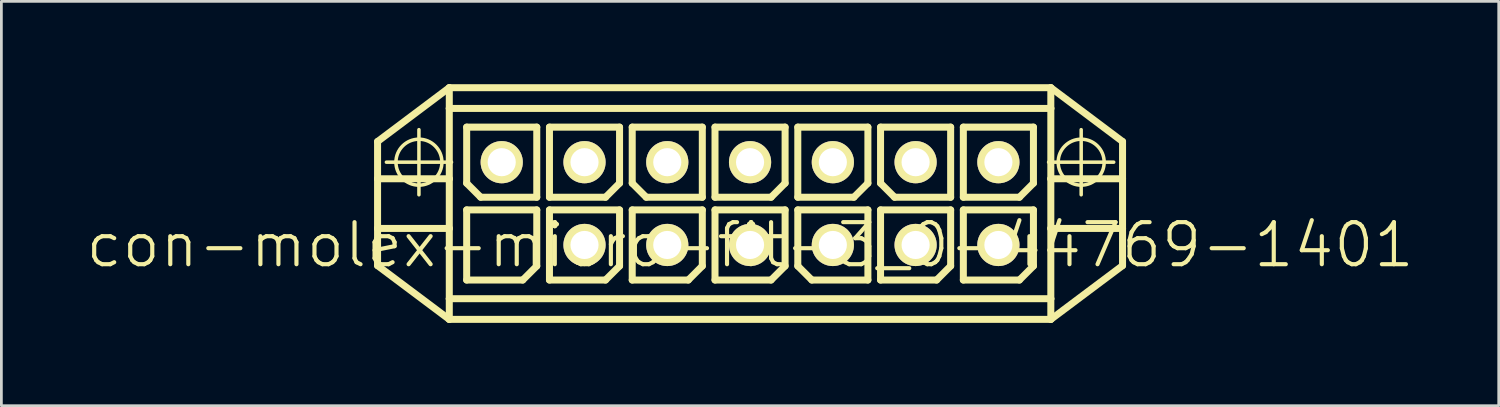
<source format=kicad_pcb>
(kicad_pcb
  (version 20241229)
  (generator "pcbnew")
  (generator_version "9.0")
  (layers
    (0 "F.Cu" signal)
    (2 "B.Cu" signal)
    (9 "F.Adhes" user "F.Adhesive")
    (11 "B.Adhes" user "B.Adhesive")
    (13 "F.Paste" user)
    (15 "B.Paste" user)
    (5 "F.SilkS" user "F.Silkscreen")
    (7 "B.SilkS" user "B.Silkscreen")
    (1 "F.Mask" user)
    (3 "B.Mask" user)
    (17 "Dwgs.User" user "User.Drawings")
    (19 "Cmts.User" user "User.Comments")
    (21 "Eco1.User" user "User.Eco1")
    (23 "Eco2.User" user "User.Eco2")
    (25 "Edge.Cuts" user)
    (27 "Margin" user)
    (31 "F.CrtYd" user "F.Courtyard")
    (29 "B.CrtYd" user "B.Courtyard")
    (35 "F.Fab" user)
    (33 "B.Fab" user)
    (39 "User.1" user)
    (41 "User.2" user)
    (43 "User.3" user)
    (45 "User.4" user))
  (footprint "con-molex-micro-fit-3_0-44769-1401"
    (layer "F.Cu")
    (at 24.13 5.827)
    (property "Reference" "con-molex-micro-fit-3_0-44769-1401" (at 0 0 0) (layer "F.SilkS") (effects (font (size 1.524 1.524) (thickness 0.15))))
    (attr exclude_from_pos_files exclude_from_bom)
    (fp_line (start -13.498 -3.749) (end -10.899 -5.7) (stroke (width 0.254) (type solid)) (layer "F.SilkS"))
    (fp_line (start -13.498 -2.398) (end -13.498 -3.749) (stroke (width 0.254) (type solid)) (layer "F.SilkS"))
    (fp_line (start -13.498 -2.398) (end -10.899 -2.398) (stroke (width 0.254) (type solid)) (layer "F.SilkS"))
    (fp_line (start -13.498 -0.599) (end -13.498 -2.398) (stroke (width 0.254) (type solid)) (layer "F.SilkS"))
    (fp_line (start -13.498 -0.599) (end -10.899 -0.599) (stroke (width 0.254) (type solid)) (layer "F.SilkS"))
    (fp_line (start -13.498 0.749) (end -13.498 -0.599) (stroke (width 0.254) (type solid)) (layer "F.SilkS"))
    (fp_line (start -13.178 -3) (end -10.818 -3) (stroke (width 0.127) (type solid)) (layer "F.SilkS"))
    (fp_line (start -11.999 -1.819) (end -11.999 -4.178) (stroke (width 0.127) (type solid)) (layer "F.SilkS"))
    (fp_line (start -10.899 -5.7) (end -10.899 -4.948) (stroke (width 0.254) (type solid)) (layer "F.SilkS"))
    (fp_line (start -10.899 -5.7) (end 10.899 -5.7) (stroke (width 0.254) (type solid)) (layer "F.SilkS"))
    (fp_line (start -10.899 -4.948) (end 10.899 -4.948) (stroke (width 0.254) (type solid)) (layer "F.SilkS"))
    (fp_line (start -10.899 -2.398) (end -10.899 -4.948) (stroke (width 0.254) (type solid)) (layer "F.SilkS"))
    (fp_line (start -10.899 -0.599) (end -10.899 -2.398) (stroke (width 0.254) (type solid)) (layer "F.SilkS"))
    (fp_line (start -10.899 -0.599) (end -10.899 1.948) (stroke (width 0.254) (type solid)) (layer "F.SilkS"))
    (fp_line (start -10.899 1.948) (end -10.899 2.697) (stroke (width 0.254) (type solid)) (layer "F.SilkS"))
    (fp_line (start -10.899 1.948) (end 10.899 1.948) (stroke (width 0.254) (type solid)) (layer "F.SilkS"))
    (fp_line (start -10.899 2.697) (end -13.498 0.749) (stroke (width 0.254) (type solid)) (layer "F.SilkS"))
    (fp_line (start -10.269 -4.27) (end -7.729 -4.27) (stroke (width 0.254) (type solid)) (layer "F.SilkS"))
    (fp_line (start -10.269 -2.238) (end -10.269 -4.27) (stroke (width 0.254) (type solid)) (layer "F.SilkS"))
    (fp_line (start -10.269 -1.27) (end -7.729 -1.27) (stroke (width 0.254) (type solid)) (layer "F.SilkS"))
    (fp_line (start -10.269 1.27) (end -10.269 -1.27) (stroke (width 0.254) (type solid)) (layer "F.SilkS"))
    (fp_line (start -9.761 -1.73) (end -10.269 -2.238) (stroke (width 0.254) (type solid)) (layer "F.SilkS"))
    (fp_line (start -8.237 1.27) (end -10.269 1.27) (stroke (width 0.254) (type solid)) (layer "F.SilkS"))
    (fp_line (start -7.729 -4.27) (end -7.729 -1.73) (stroke (width 0.254) (type solid)) (layer "F.SilkS"))
    (fp_line (start -7.729 -1.73) (end -9.761 -1.73) (stroke (width 0.254) (type solid)) (layer "F.SilkS"))
    (fp_line (start -7.729 -1.27) (end -7.729 0.762) (stroke (width 0.254) (type solid)) (layer "F.SilkS"))
    (fp_line (start -7.729 0.762) (end -8.237 1.27) (stroke (width 0.254) (type solid)) (layer "F.SilkS"))
    (fp_line (start -7.269 -4.27) (end -4.729 -4.27) (stroke (width 0.254) (type solid)) (layer "F.SilkS"))
    (fp_line (start -7.269 -1.73) (end -7.269 -4.27) (stroke (width 0.254) (type solid)) (layer "F.SilkS"))
    (fp_line (start -7.269 -1.27) (end -4.729 -1.27) (stroke (width 0.254) (type solid)) (layer "F.SilkS"))
    (fp_line (start -7.269 1.27) (end -7.269 -1.27) (stroke (width 0.254) (type solid)) (layer "F.SilkS"))
    (fp_line (start -5.237 -1.73) (end -7.269 -1.73) (stroke (width 0.254) (type solid)) (layer "F.SilkS"))
    (fp_line (start -5.237 1.27) (end -7.269 1.27) (stroke (width 0.254) (type solid)) (layer "F.SilkS"))
    (fp_line (start -4.729 -4.27) (end -4.729 -2.238) (stroke (width 0.254) (type solid)) (layer "F.SilkS"))
    (fp_line (start -4.729 -2.238) (end -5.237 -1.73) (stroke (width 0.254) (type solid)) (layer "F.SilkS"))
    (fp_line (start -4.729 -1.27) (end -4.729 0.762) (stroke (width 0.254) (type solid)) (layer "F.SilkS"))
    (fp_line (start -4.729 0.762) (end -5.237 1.27) (stroke (width 0.254) (type solid)) (layer "F.SilkS"))
    (fp_line (start -4.27 -4.27) (end -1.73 -4.27) (stroke (width 0.254) (type solid)) (layer "F.SilkS"))
    (fp_line (start -4.27 -2.238) (end -4.27 -4.27) (stroke (width 0.254) (type solid)) (layer "F.SilkS"))
    (fp_line (start -4.27 -1.27) (end -1.73 -1.27) (stroke (width 0.254) (type solid)) (layer "F.SilkS"))
    (fp_line (start -4.27 1.27) (end -4.27 -1.27) (stroke (width 0.254) (type solid)) (layer "F.SilkS"))
    (fp_line (start -3.762 -1.73) (end -4.27 -2.238) (stroke (width 0.254) (type solid)) (layer "F.SilkS"))
    (fp_line (start -2.238 1.27) (end -4.27 1.27) (stroke (width 0.254) (type solid)) (layer "F.SilkS"))
    (fp_line (start -1.73 -4.27) (end -1.73 -1.73) (stroke (width 0.254) (type solid)) (layer "F.SilkS"))
    (fp_line (start -1.73 -1.73) (end -3.762 -1.73) (stroke (width 0.254) (type solid)) (layer "F.SilkS"))
    (fp_line (start -1.73 -1.27) (end -1.73 0.762) (stroke (width 0.254) (type solid)) (layer "F.SilkS"))
    (fp_line (start -1.73 0.762) (end -2.238 1.27) (stroke (width 0.254) (type solid)) (layer "F.SilkS"))
    (fp_line (start -1.27 -4.27) (end 1.27 -4.27) (stroke (width 0.254) (type solid)) (layer "F.SilkS"))
    (fp_line (start -1.27 -1.73) (end -1.27 -4.27) (stroke (width 0.254) (type solid)) (layer "F.SilkS"))
    (fp_line (start -1.27 -1.27) (end 1.27 -1.27) (stroke (width 0.254) (type solid)) (layer "F.SilkS"))
    (fp_line (start -1.27 1.27) (end -1.27 -1.27) (stroke (width 0.254) (type solid)) (layer "F.SilkS"))
    (fp_line (start 0.762 -1.73) (end -1.27 -1.73) (stroke (width 0.254) (type solid)) (layer "F.SilkS"))
    (fp_line (start 0.762 1.27) (end -1.27 1.27) (stroke (width 0.254) (type solid)) (layer "F.SilkS"))
    (fp_line (start 1.27 -4.27) (end 1.27 -2.238) (stroke (width 0.254) (type solid)) (layer "F.SilkS"))
    (fp_line (start 1.27 -2.238) (end 0.762 -1.73) (stroke (width 0.254) (type solid)) (layer "F.SilkS"))
    (fp_line (start 1.27 -1.27) (end 1.27 0.762) (stroke (width 0.254) (type solid)) (layer "F.SilkS"))
    (fp_line (start 1.27 0.762) (end 0.762 1.27) (stroke (width 0.254) (type solid)) (layer "F.SilkS"))
    (fp_line (start 1.73 -4.27) (end 4.27 -4.27) (stroke (width 0.254) (type solid)) (layer "F.SilkS"))
    (fp_line (start 1.73 -1.73) (end 1.73 -4.27) (stroke (width 0.254) (type solid)) (layer "F.SilkS"))
    (fp_line (start 1.73 -1.27) (end 4.27 -1.27) (stroke (width 0.254) (type solid)) (layer "F.SilkS"))
    (fp_line (start 1.73 0.762) (end 1.73 -1.27) (stroke (width 0.254) (type solid)) (layer "F.SilkS"))
    (fp_line (start 2.238 1.27) (end 1.73 0.762) (stroke (width 0.254) (type solid)) (layer "F.SilkS"))
    (fp_line (start 3.762 -1.73) (end 1.73 -1.73) (stroke (width 0.254) (type solid)) (layer "F.SilkS"))
    (fp_line (start 4.27 -4.27) (end 4.27 -2.238) (stroke (width 0.254) (type solid)) (layer "F.SilkS"))
    (fp_line (start 4.27 -2.238) (end 3.762 -1.73) (stroke (width 0.254) (type solid)) (layer "F.SilkS"))
    (fp_line (start 4.27 -1.27) (end 4.27 1.27) (stroke (width 0.254) (type solid)) (layer "F.SilkS"))
    (fp_line (start 4.27 1.27) (end 2.238 1.27) (stroke (width 0.254) (type solid)) (layer "F.SilkS"))
    (fp_line (start 4.729 -4.27) (end 7.269 -4.27) (stroke (width 0.254) (type solid)) (layer "F.SilkS"))
    (fp_line (start 4.729 -2.238) (end 4.729 -4.27) (stroke (width 0.254) (type solid)) (layer "F.SilkS"))
    (fp_line (start 4.729 -1.27) (end 7.269 -1.27) (stroke (width 0.254) (type solid)) (layer "F.SilkS"))
    (fp_line (start 4.729 1.27) (end 4.729 -1.27) (stroke (width 0.254) (type solid)) (layer "F.SilkS"))
    (fp_line (start 5.237 -1.73) (end 4.729 -2.238) (stroke (width 0.254) (type solid)) (layer "F.SilkS"))
    (fp_line (start 6.761 1.27) (end 4.729 1.27) (stroke (width 0.254) (type solid)) (layer "F.SilkS"))
    (fp_line (start 7.269 -4.27) (end 7.269 -1.73) (stroke (width 0.254) (type solid)) (layer "F.SilkS"))
    (fp_line (start 7.269 -1.73) (end 5.237 -1.73) (stroke (width 0.254) (type solid)) (layer "F.SilkS"))
    (fp_line (start 7.269 -1.27) (end 7.269 0.762) (stroke (width 0.254) (type solid)) (layer "F.SilkS"))
    (fp_line (start 7.269 0.762) (end 6.761 1.27) (stroke (width 0.254) (type solid)) (layer "F.SilkS"))
    (fp_line (start 7.729 -4.27) (end 10.269 -4.27) (stroke (width 0.254) (type solid)) (layer "F.SilkS"))
    (fp_line (start 7.729 -1.73) (end 7.729 -4.27) (stroke (width 0.254) (type solid)) (layer "F.SilkS"))
    (fp_line (start 7.729 -1.27) (end 10.269 -1.27) (stroke (width 0.254) (type solid)) (layer "F.SilkS"))
    (fp_line (start 7.729 1.27) (end 7.729 -1.27) (stroke (width 0.254) (type solid)) (layer "F.SilkS"))
    (fp_line (start 9.761 -1.73) (end 7.729 -1.73) (stroke (width 0.254) (type solid)) (layer "F.SilkS"))
    (fp_line (start 9.761 1.27) (end 7.729 1.27) (stroke (width 0.254) (type solid)) (layer "F.SilkS"))
    (fp_line (start 10.269 -4.27) (end 10.269 -2.238) (stroke (width 0.254) (type solid)) (layer "F.SilkS"))
    (fp_line (start 10.269 -2.238) (end 9.761 -1.73) (stroke (width 0.254) (type solid)) (layer "F.SilkS"))
    (fp_line (start 10.269 -1.27) (end 10.269 0.762) (stroke (width 0.254) (type solid)) (layer "F.SilkS"))
    (fp_line (start 10.269 0.762) (end 9.761 1.27) (stroke (width 0.254) (type solid)) (layer "F.SilkS"))
    (fp_line (start 10.818 -3) (end 13.178 -3) (stroke (width 0.127) (type solid)) (layer "F.SilkS"))
    (fp_line (start 10.899 -5.7) (end 10.899 -4.948) (stroke (width 0.254) (type solid)) (layer "F.SilkS"))
    (fp_line (start 10.899 -5.7) (end 13.498 -3.749) (stroke (width 0.254) (type solid)) (layer "F.SilkS"))
    (fp_line (start 10.899 -4.948) (end 10.899 -2.398) (stroke (width 0.254) (type solid)) (layer "F.SilkS"))
    (fp_line (start 10.899 -2.398) (end 10.899 -0.599) (stroke (width 0.254) (type solid)) (layer "F.SilkS"))
    (fp_line (start 10.899 -2.398) (end 13.498 -2.398) (stroke (width 0.254) (type solid)) (layer "F.SilkS"))
    (fp_line (start 10.899 -0.599) (end 10.899 1.948) (stroke (width 0.254) (type solid)) (layer "F.SilkS"))
    (fp_line (start 10.899 -0.599) (end 13.498 -0.599) (stroke (width 0.254) (type solid)) (layer "F.SilkS"))
    (fp_line (start 10.899 1.948) (end 10.899 2.697) (stroke (width 0.254) (type solid)) (layer "F.SilkS"))
    (fp_line (start 10.899 2.697) (end -10.899 2.697) (stroke (width 0.254) (type solid)) (layer "F.SilkS"))
    (fp_line (start 11.999 -1.819) (end 11.999 -4.178) (stroke (width 0.127) (type solid)) (layer "F.SilkS"))
    (fp_line (start 13.498 -3.749) (end 13.498 -2.398) (stroke (width 0.254) (type solid)) (layer "F.SilkS"))
    (fp_line (start 13.498 -2.398) (end 13.498 -0.599) (stroke (width 0.254) (type solid)) (layer "F.SilkS"))
    (fp_line (start 13.498 -0.599) (end 13.498 0.749) (stroke (width 0.254) (type solid)) (layer "F.SilkS"))
    (fp_line (start 13.498 0.749) (end 10.899 2.697) (stroke (width 0.254) (type solid)) (layer "F.SilkS"))
    (fp_circle (center -11.999 -3) (end -12.588 -3.589) (stroke (width 0.127) (type solid)) (fill no) (layer "F.SilkS"))
    (fp_circle (center 11.999 -3) (end 12.588 -3.589) (stroke (width 0.127) (type solid)) (fill no) (layer "F.SilkS"))
    (pad "P$1" thru_hole rect (at -8.999 0) (size 0.001 0.001) (drill 1.019) (layers "*.Cu" "F.Mask" "F.SilkS" "F.Paste"))
    (pad "P$2" thru_hole circle (at -5.999 0) (size 1.529 1.529) (drill 1.019) (layers "*.Cu" "F.Mask" "F.SilkS" "F.Paste"))
    (pad "P$3" thru_hole circle (at -3 0) (size 1.529 1.529) (drill 1.019) (layers "*.Cu" "F.Mask" "F.SilkS" "F.Paste"))
    (pad "P$4" thru_hole circle (at 0 0) (size 1.529 1.529) (drill 1.019) (layers "*.Cu" "F.Mask" "F.SilkS" "F.Paste"))
    (pad "P$5" thru_hole circle (at 3 0) (size 1.529 1.529) (drill 1.019) (layers "*.Cu" "F.Mask" "F.SilkS" "F.Paste"))
    (pad "P$6" thru_hole circle (at 5.999 0) (size 1.529 1.529) (drill 1.019) (layers "*.Cu" "F.Mask" "F.SilkS" "F.Paste"))
    (pad "P$7" thru_hole circle (at 8.999 0) (size 1.529 1.529) (drill 1.019) (layers "*.Cu" "F.Mask" "F.SilkS" "F.Paste"))
    (pad "P$8" thru_hole circle (at -8.999 -3) (size 1.529 1.529) (drill 1.019) (layers "*.Cu" "F.Mask" "F.SilkS" "F.Paste"))
    (pad "P$9" thru_hole circle (at -5.999 -3) (size 1.529 1.529) (drill 1.019) (layers "*.Cu" "F.Mask" "F.SilkS" "F.Paste"))
    (pad "P$10" thru_hole circle (at -3 -3) (size 1.529 1.529) (drill 1.019) (layers "*.Cu" "F.Mask" "F.SilkS" "F.Paste"))
    (pad "P$11" thru_hole circle (at 0 -3) (size 1.529 1.529) (drill 1.019) (layers "*.Cu" "F.Mask" "F.SilkS" "F.Paste"))
    (pad "P$12" thru_hole circle (at 3 -3) (size 1.529 1.529) (drill 1.019) (layers "*.Cu" "F.Mask" "F.SilkS" "F.Paste"))
    (pad "P$13" thru_hole circle (at 5.999 -3) (size 1.529 1.529) (drill 1.019) (layers "*.Cu" "F.Mask" "F.SilkS" "F.Paste"))
    (pad "P$14" thru_hole circle (at 8.999 -3) (size 1.529 1.529) (drill 1.019) (layers "*.Cu" "F.Mask" "F.SilkS" "F.Paste")))
  (gr_rect
    (start -3 -3)
    (end 51.26 11.651)
    (stroke (width 0.1) (type default))
    (fill no)
    (layer "Edge.Cuts")))
</source>
